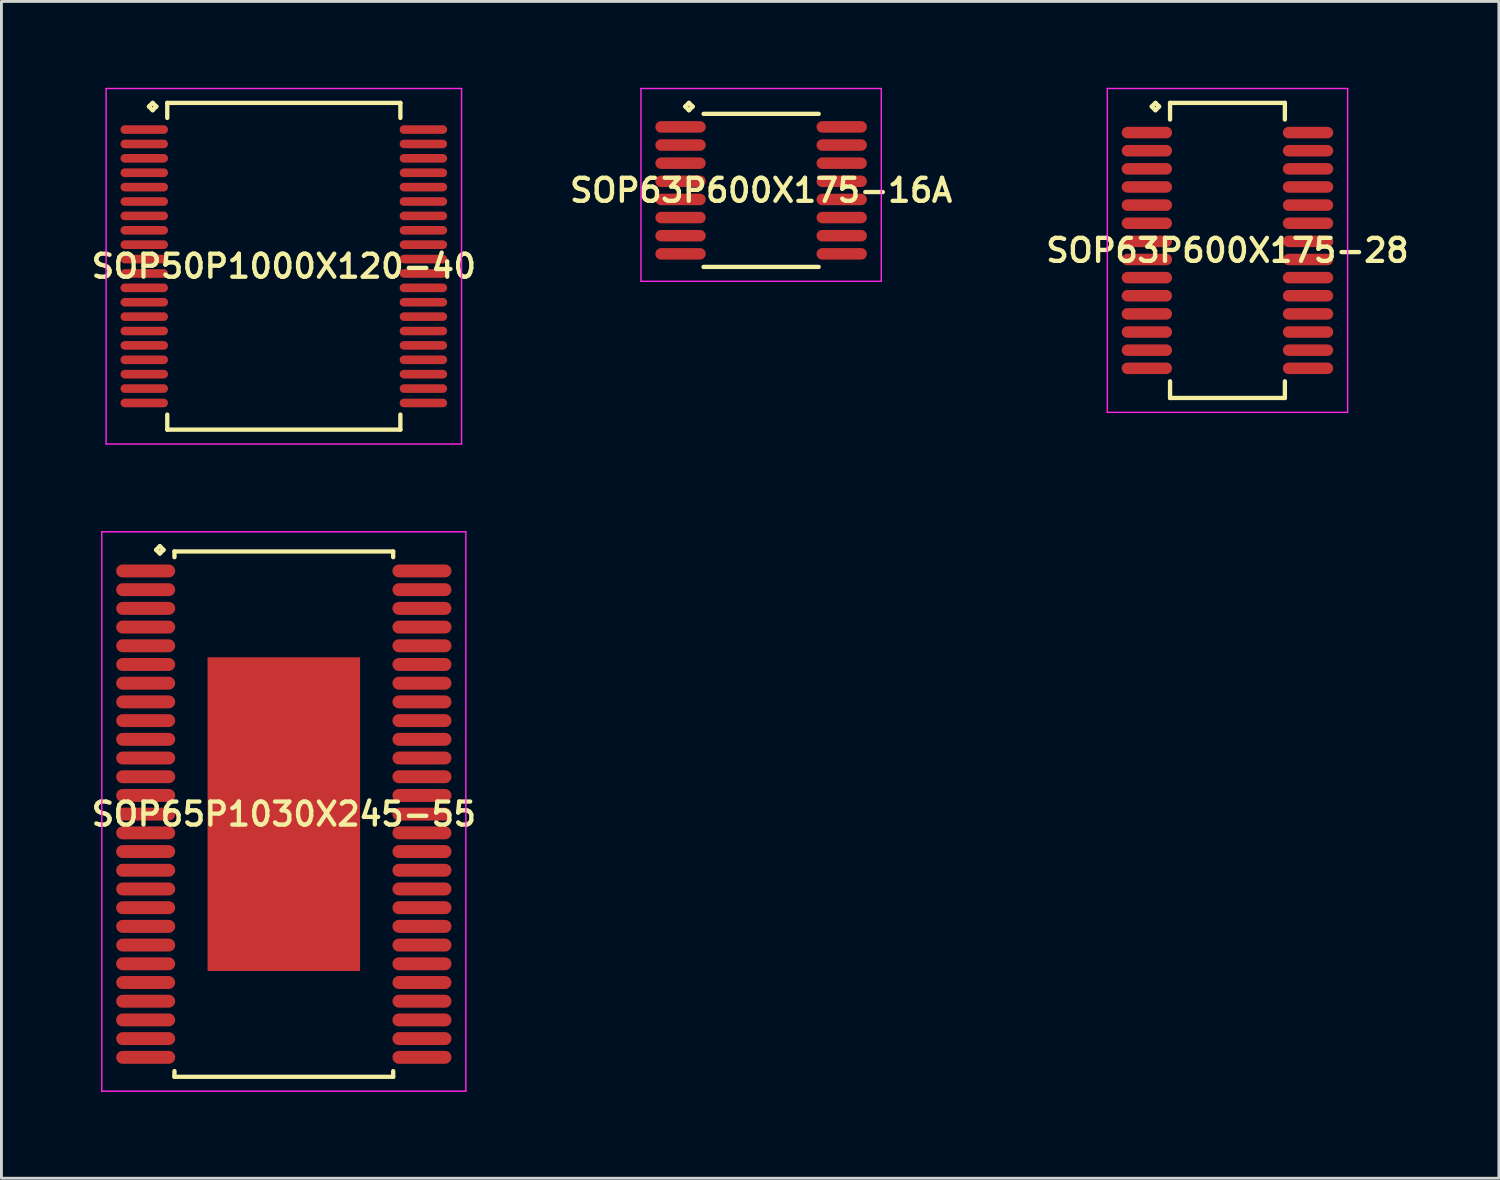
<source format=kicad_pcb>
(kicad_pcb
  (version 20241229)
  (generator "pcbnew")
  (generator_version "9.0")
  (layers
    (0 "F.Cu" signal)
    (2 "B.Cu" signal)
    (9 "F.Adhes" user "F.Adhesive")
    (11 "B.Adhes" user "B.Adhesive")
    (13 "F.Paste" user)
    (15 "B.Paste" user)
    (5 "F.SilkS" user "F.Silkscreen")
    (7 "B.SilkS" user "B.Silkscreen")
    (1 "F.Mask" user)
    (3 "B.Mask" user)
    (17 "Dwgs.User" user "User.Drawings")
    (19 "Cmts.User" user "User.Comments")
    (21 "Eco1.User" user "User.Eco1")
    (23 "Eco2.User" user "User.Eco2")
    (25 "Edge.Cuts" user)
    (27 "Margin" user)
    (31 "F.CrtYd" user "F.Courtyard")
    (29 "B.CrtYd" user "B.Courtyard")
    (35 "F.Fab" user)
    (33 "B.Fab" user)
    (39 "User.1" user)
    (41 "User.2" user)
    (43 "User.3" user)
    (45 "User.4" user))
  (footprint "SOP65P1030X245-55"
    (layer "F.Cu")
    (at 6.812 25.239)
    (property "Reference" "SOP65P1030X245-55" (at 0 0 0) (layer "F.SilkS") (effects (font (size 0.8 0.8) (thickness 0.15))))
    (attr smd)
    (fp_line (start -4.435 -9.183) (end -4.308 -9.31) (stroke (width 0.15) (type solid)) (layer "F.SilkS"))
    (fp_line (start -4.308 -9.31) (end -4.181 -9.183) (stroke (width 0.15) (type solid)) (layer "F.SilkS"))
    (fp_line (start -4.308 -9.056) (end -4.435 -9.183) (stroke (width 0.15) (type solid)) (layer "F.SilkS"))
    (fp_line (start -4.181 -9.183) (end -4.308 -9.056) (stroke (width 0.15) (type solid)) (layer "F.SilkS"))
    (fp_line (start -3.8 -9.127) (end 3.8 -9.127) (stroke (width 0.15) (type solid)) (layer "F.SilkS"))
    (fp_line (start -3.8 -8.929) (end -3.8 -9.127) (stroke (width 0.15) (type solid)) (layer "F.SilkS"))
    (fp_line (start -3.8 8.929) (end -3.8 9.127) (stroke (width 0.15) (type solid)) (layer "F.SilkS"))
    (fp_line (start -3.8 9.127) (end 3.8 9.127) (stroke (width 0.15) (type solid)) (layer "F.SilkS"))
    (fp_line (start 3.8 -9.127) (end 3.8 -8.929) (stroke (width 0.15) (type solid)) (layer "F.SilkS"))
    (fp_line (start 3.8 9.127) (end 3.8 8.929) (stroke (width 0.15) (type solid)) (layer "F.SilkS"))
    (fp_line (start -6.325 -9.81) (end 6.325 -9.81) (stroke (width 0.05) (type solid)) (layer "F.CrtYd"))
    (fp_line (start -6.325 9.627) (end -6.325 -9.81) (stroke (width 0.05) (type solid)) (layer "F.CrtYd"))
    (fp_line (start 6.325 -9.81) (end 6.325 9.627) (stroke (width 0.05) (type solid)) (layer "F.CrtYd"))
    (fp_line (start 6.325 9.627) (end -6.325 9.627) (stroke (width 0.05) (type solid)) (layer "F.CrtYd"))
    (pad "1" smd oval (at -4.8 -8.45) (size 2.05 0.45) (layers "F.Cu" "F.Mask" "F.Paste"))
    (pad "2" smd oval (at -4.8 -7.8) (size 2.05 0.45) (layers "F.Cu" "F.Mask" "F.Paste"))
    (pad "3" smd oval (at -4.8 -7.15) (size 2.05 0.45) (layers "F.Cu" "F.Mask" "F.Paste"))
    (pad "4" smd oval (at -4.8 -6.5) (size 2.05 0.45) (layers "F.Cu" "F.Mask" "F.Paste"))
    (pad "5" smd oval (at -4.8 -5.85) (size 2.05 0.45) (layers "F.Cu" "F.Mask" "F.Paste"))
    (pad "6" smd oval (at -4.8 -5.2) (size 2.05 0.45) (layers "F.Cu" "F.Mask" "F.Paste"))
    (pad "7" smd oval (at -4.8 -4.55) (size 2.05 0.45) (layers "F.Cu" "F.Mask" "F.Paste"))
    (pad "8" smd oval (at -4.8 -3.9) (size 2.05 0.45) (layers "F.Cu" "F.Mask" "F.Paste"))
    (pad "9" smd oval (at -4.8 -3.25) (size 2.05 0.45) (layers "F.Cu" "F.Mask" "F.Paste"))
    (pad "10" smd oval (at -4.8 -2.6) (size 2.05 0.45) (layers "F.Cu" "F.Mask" "F.Paste"))
    (pad "11" smd oval (at -4.8 -1.95) (size 2.05 0.45) (layers "F.Cu" "F.Mask" "F.Paste"))
    (pad "12" smd oval (at -4.8 -1.3) (size 2.05 0.45) (layers "F.Cu" "F.Mask" "F.Paste"))
    (pad "13" smd oval (at -4.8 -0.65) (size 2.05 0.45) (layers "F.Cu" "F.Mask" "F.Paste"))
    (pad "14" smd oval (at -4.8 0) (size 2.05 0.45) (layers "F.Cu" "F.Mask" "F.Paste"))
    (pad "15" smd oval (at -4.8 0.65) (size 2.05 0.45) (layers "F.Cu" "F.Mask" "F.Paste"))
    (pad "16" smd oval (at -4.8 1.3) (size 2.05 0.45) (layers "F.Cu" "F.Mask" "F.Paste"))
    (pad "17" smd oval (at -4.8 1.95) (size 2.05 0.45) (layers "F.Cu" "F.Mask" "F.Paste"))
    (pad "18" smd oval (at -4.8 2.6) (size 2.05 0.45) (layers "F.Cu" "F.Mask" "F.Paste"))
    (pad "19" smd oval (at -4.8 3.25) (size 2.05 0.45) (layers "F.Cu" "F.Mask" "F.Paste"))
    (pad "20" smd oval (at -4.8 3.9) (size 2.05 0.45) (layers "F.Cu" "F.Mask" "F.Paste"))
    (pad "21" smd oval (at -4.8 4.55) (size 2.05 0.45) (layers "F.Cu" "F.Mask" "F.Paste"))
    (pad "22" smd oval (at -4.8 5.2) (size 2.05 0.45) (layers "F.Cu" "F.Mask" "F.Paste"))
    (pad "23" smd oval (at -4.8 5.85) (size 2.05 0.45) (layers "F.Cu" "F.Mask" "F.Paste"))
    (pad "24" smd oval (at -4.8 6.5) (size 2.05 0.45) (layers "F.Cu" "F.Mask" "F.Paste"))
    (pad "25" smd oval (at -4.8 7.15) (size 2.05 0.45) (layers "F.Cu" "F.Mask" "F.Paste"))
    (pad "26" smd oval (at -4.8 7.8) (size 2.05 0.45) (layers "F.Cu" "F.Mask" "F.Paste"))
    (pad "27" smd oval (at -4.8 8.45) (size 2.05 0.45) (layers "F.Cu" "F.Mask" "F.Paste"))
    (pad "28" smd oval (at 4.8 8.45) (size 2.05 0.45) (layers "F.Cu" "F.Mask" "F.Paste"))
    (pad "29" smd oval (at 4.8 7.8) (size 2.05 0.45) (layers "F.Cu" "F.Mask" "F.Paste"))
    (pad "30" smd oval (at 4.8 7.15) (size 2.05 0.45) (layers "F.Cu" "F.Mask" "F.Paste"))
    (pad "31" smd oval (at 4.8 6.5) (size 2.05 0.45) (layers "F.Cu" "F.Mask" "F.Paste"))
    (pad "32" smd oval (at 4.8 5.85) (size 2.05 0.45) (layers "F.Cu" "F.Mask" "F.Paste"))
    (pad "33" smd oval (at 4.8 5.2) (size 2.05 0.45) (layers "F.Cu" "F.Mask" "F.Paste"))
    (pad "34" smd oval (at 4.8 4.55) (size 2.05 0.45) (layers "F.Cu" "F.Mask" "F.Paste"))
    (pad "35" smd oval (at 4.8 3.9) (size 2.05 0.45) (layers "F.Cu" "F.Mask" "F.Paste"))
    (pad "36" smd oval (at 4.8 3.25) (size 2.05 0.45) (layers "F.Cu" "F.Mask" "F.Paste"))
    (pad "37" smd oval (at 4.8 2.6) (size 2.05 0.45) (layers "F.Cu" "F.Mask" "F.Paste"))
    (pad "38" smd oval (at 4.8 1.95) (size 2.05 0.45) (layers "F.Cu" "F.Mask" "F.Paste"))
    (pad "39" smd oval (at 4.8 1.3) (size 2.05 0.45) (layers "F.Cu" "F.Mask" "F.Paste"))
    (pad "40" smd oval (at 4.8 0.65) (size 2.05 0.45) (layers "F.Cu" "F.Mask" "F.Paste"))
    (pad "41" smd oval (at 4.8 0) (size 2.05 0.45) (layers "F.Cu" "F.Mask" "F.Paste"))
    (pad "42" smd oval (at 4.8 -0.65) (size 2.05 0.45) (layers "F.Cu" "F.Mask" "F.Paste"))
    (pad "43" smd oval (at 4.8 -1.3) (size 2.05 0.45) (layers "F.Cu" "F.Mask" "F.Paste"))
    (pad "44" smd oval (at 4.8 -1.95) (size 2.05 0.45) (layers "F.Cu" "F.Mask" "F.Paste"))
    (pad "45" smd oval (at 4.8 -2.6) (size 2.05 0.45) (layers "F.Cu" "F.Mask" "F.Paste"))
    (pad "46" smd oval (at 4.8 -3.25) (size 2.05 0.45) (layers "F.Cu" "F.Mask" "F.Paste"))
    (pad "47" smd oval (at 4.8 -3.9) (size 2.05 0.45) (layers "F.Cu" "F.Mask" "F.Paste"))
    (pad "48" smd oval (at 4.8 -4.55) (size 2.05 0.45) (layers "F.Cu" "F.Mask" "F.Paste"))
    (pad "49" smd oval (at 4.8 -5.2) (size 2.05 0.45) (layers "F.Cu" "F.Mask" "F.Paste"))
    (pad "50" smd oval (at 4.8 -5.85) (size 2.05 0.45) (layers "F.Cu" "F.Mask" "F.Paste"))
    (pad "51" smd oval (at 4.8 -6.5) (size 2.05 0.45) (layers "F.Cu" "F.Mask" "F.Paste"))
    (pad "52" smd oval (at 4.8 -7.15) (size 2.05 0.45) (layers "F.Cu" "F.Mask" "F.Paste"))
    (pad "53" smd oval (at 4.8 -7.8) (size 2.05 0.45) (layers "F.Cu" "F.Mask" "F.Paste"))
    (pad "54" smd oval (at 4.8 -8.45) (size 2.05 0.45) (layers "F.Cu" "F.Mask" "F.Paste"))
    (pad "55" smd rect (at 0 0) (size 5.3 10.9) (layers "F.Cu" "F.Mask" "F.Paste")))
  (footprint "SOP63P600X175-16A"
    (layer "F.Cu")
    (at 23.397 3.565)
    (property "Reference" "SOP63P600X175-16A" (at 0 0 0) (layer "F.SilkS") (effects (font (size 0.8 0.8) (thickness 0.15))))
    (attr smd)
    (fp_line (start -2.635 -2.913) (end -2.508 -3.04) (stroke (width 0.15) (type solid)) (layer "F.SilkS"))
    (fp_line (start -2.508 -3.04) (end -2.381 -2.913) (stroke (width 0.15) (type solid)) (layer "F.SilkS"))
    (fp_line (start -2.508 -2.786) (end -2.635 -2.913) (stroke (width 0.15) (type solid)) (layer "F.SilkS"))
    (fp_line (start -2.381 -2.913) (end -2.508 -2.786) (stroke (width 0.15) (type solid)) (layer "F.SilkS"))
    (fp_line (start -2 -2.659) (end 2 -2.659) (stroke (width 0.15) (type solid)) (layer "F.SilkS"))
    (fp_line (start -2 2.659) (end 2 2.659) (stroke (width 0.15) (type solid)) (layer "F.SilkS"))
    (fp_line (start -4.175 -3.54) (end 4.175 -3.54) (stroke (width 0.05) (type solid)) (layer "F.CrtYd"))
    (fp_line (start -4.175 3.159) (end -4.175 -3.54) (stroke (width 0.05) (type solid)) (layer "F.CrtYd"))
    (fp_line (start 4.175 -3.54) (end 4.175 3.159) (stroke (width 0.05) (type solid)) (layer "F.CrtYd"))
    (fp_line (start 4.175 3.159) (end -4.175 3.159) (stroke (width 0.05) (type solid)) (layer "F.CrtYd"))
    (pad "1" smd oval (at -2.8 -2.205) (size 1.75 0.4) (layers "F.Cu" "F.Mask" "F.Paste"))
    (pad "2" smd oval (at -2.8 -1.575) (size 1.75 0.4) (layers "F.Cu" "F.Mask" "F.Paste"))
    (pad "3" smd oval (at -2.8 -0.945) (size 1.75 0.4) (layers "F.Cu" "F.Mask" "F.Paste"))
    (pad "4" smd oval (at -2.8 -0.315) (size 1.75 0.4) (layers "F.Cu" "F.Mask" "F.Paste"))
    (pad "5" smd oval (at -2.8 0.315) (size 1.75 0.4) (layers "F.Cu" "F.Mask" "F.Paste"))
    (pad "6" smd oval (at -2.8 0.945) (size 1.75 0.4) (layers "F.Cu" "F.Mask" "F.Paste"))
    (pad "7" smd oval (at -2.8 1.575) (size 1.75 0.4) (layers "F.Cu" "F.Mask" "F.Paste"))
    (pad "8" smd oval (at -2.8 2.205) (size 1.75 0.4) (layers "F.Cu" "F.Mask" "F.Paste"))
    (pad "9" smd oval (at 2.8 2.205) (size 1.75 0.4) (layers "F.Cu" "F.Mask" "F.Paste"))
    (pad "10" smd oval (at 2.8 1.575) (size 1.75 0.4) (layers "F.Cu" "F.Mask" "F.Paste"))
    (pad "11" smd oval (at 2.8 0.945) (size 1.75 0.4) (layers "F.Cu" "F.Mask" "F.Paste"))
    (pad "12" smd oval (at 2.8 0.315) (size 1.75 0.4) (layers "F.Cu" "F.Mask" "F.Paste"))
    (pad "13" smd oval (at 2.8 -0.315) (size 1.75 0.4) (layers "F.Cu" "F.Mask" "F.Paste"))
    (pad "14" smd oval (at 2.8 -0.945) (size 1.75 0.4) (layers "F.Cu" "F.Mask" "F.Paste"))
    (pad "15" smd oval (at 2.8 -1.575) (size 1.75 0.4) (layers "F.Cu" "F.Mask" "F.Paste"))
    (pad "16" smd oval (at 2.8 -2.205) (size 1.75 0.4) (layers "F.Cu" "F.Mask" "F.Paste")))
  (footprint "SOP63P600X175-28"
    (layer "F.Cu")
    (at 39.601 5.652)
    (property "Reference" "SOP63P600X175-28" (at 0 0 0) (layer "F.SilkS") (effects (font (size 0.8 0.8) (thickness 0.15))))
    (attr smd)
    (fp_line (start -2.63 -5) (end -2.503 -5.127) (stroke (width 0.15) (type solid)) (layer "F.SilkS"))
    (fp_line (start -2.503 -5.127) (end -2.376 -5) (stroke (width 0.15) (type solid)) (layer "F.SilkS"))
    (fp_line (start -2.503 -4.873) (end -2.63 -5) (stroke (width 0.15) (type solid)) (layer "F.SilkS"))
    (fp_line (start -2.376 -5) (end -2.503 -4.873) (stroke (width 0.15) (type solid)) (layer "F.SilkS"))
    (fp_line (start -1.995 -5.127) (end 1.995 -5.127) (stroke (width 0.15) (type solid)) (layer "F.SilkS"))
    (fp_line (start -1.995 -4.549) (end -1.995 -5.127) (stroke (width 0.15) (type solid)) (layer "F.SilkS"))
    (fp_line (start -1.995 4.549) (end -1.995 5.127) (stroke (width 0.15) (type solid)) (layer "F.SilkS"))
    (fp_line (start -1.995 5.127) (end 1.995 5.127) (stroke (width 0.15) (type solid)) (layer "F.SilkS"))
    (fp_line (start 1.995 -5.127) (end 1.995 -4.549) (stroke (width 0.15) (type solid)) (layer "F.SilkS"))
    (fp_line (start 1.995 5.127) (end 1.995 4.549) (stroke (width 0.15) (type solid)) (layer "F.SilkS"))
    (fp_line (start -4.175 -5.627) (end 4.175 -5.627) (stroke (width 0.05) (type solid)) (layer "F.CrtYd"))
    (fp_line (start -4.175 5.627) (end -4.175 -5.627) (stroke (width 0.05) (type solid)) (layer "F.CrtYd"))
    (fp_line (start 4.175 -5.627) (end 4.175 5.627) (stroke (width 0.05) (type solid)) (layer "F.CrtYd"))
    (fp_line (start 4.175 5.627) (end -4.175 5.627) (stroke (width 0.05) (type solid)) (layer "F.CrtYd"))
    (pad "1" smd oval (at -2.8 -4.095) (size 1.75 0.4) (layers "F.Cu" "F.Mask" "F.Paste"))
    (pad "2" smd oval (at -2.8 -3.465) (size 1.75 0.4) (layers "F.Cu" "F.Mask" "F.Paste"))
    (pad "3" smd oval (at -2.8 -2.835) (size 1.75 0.4) (layers "F.Cu" "F.Mask" "F.Paste"))
    (pad "4" smd oval (at -2.8 -2.205) (size 1.75 0.4) (layers "F.Cu" "F.Mask" "F.Paste"))
    (pad "5" smd oval (at -2.8 -1.575) (size 1.75 0.4) (layers "F.Cu" "F.Mask" "F.Paste"))
    (pad "6" smd oval (at -2.8 -0.945) (size 1.75 0.4) (layers "F.Cu" "F.Mask" "F.Paste"))
    (pad "7" smd oval (at -2.8 -0.315) (size 1.75 0.4) (layers "F.Cu" "F.Mask" "F.Paste"))
    (pad "8" smd oval (at -2.8 0.315) (size 1.75 0.4) (layers "F.Cu" "F.Mask" "F.Paste"))
    (pad "9" smd oval (at -2.8 0.945) (size 1.75 0.4) (layers "F.Cu" "F.Mask" "F.Paste"))
    (pad "10" smd oval (at -2.8 1.575) (size 1.75 0.4) (layers "F.Cu" "F.Mask" "F.Paste"))
    (pad "11" smd oval (at -2.8 2.205) (size 1.75 0.4) (layers "F.Cu" "F.Mask" "F.Paste"))
    (pad "12" smd oval (at -2.8 2.835) (size 1.75 0.4) (layers "F.Cu" "F.Mask" "F.Paste"))
    (pad "13" smd oval (at -2.8 3.465) (size 1.75 0.4) (layers "F.Cu" "F.Mask" "F.Paste"))
    (pad "14" smd oval (at -2.8 4.095) (size 1.75 0.4) (layers "F.Cu" "F.Mask" "F.Paste"))
    (pad "15" smd oval (at 2.8 4.095) (size 1.75 0.4) (layers "F.Cu" "F.Mask" "F.Paste"))
    (pad "16" smd oval (at 2.8 3.465) (size 1.75 0.4) (layers "F.Cu" "F.Mask" "F.Paste"))
    (pad "17" smd oval (at 2.8 2.835) (size 1.75 0.4) (layers "F.Cu" "F.Mask" "F.Paste"))
    (pad "18" smd oval (at 2.8 2.205) (size 1.75 0.4) (layers "F.Cu" "F.Mask" "F.Paste"))
    (pad "19" smd oval (at 2.8 1.575) (size 1.75 0.4) (layers "F.Cu" "F.Mask" "F.Paste"))
    (pad "20" smd oval (at 2.8 0.945) (size 1.75 0.4) (layers "F.Cu" "F.Mask" "F.Paste"))
    (pad "21" smd oval (at 2.8 0.315) (size 1.75 0.4) (layers "F.Cu" "F.Mask" "F.Paste"))
    (pad "22" smd oval (at 2.8 -0.315) (size 1.75 0.4) (layers "F.Cu" "F.Mask" "F.Paste"))
    (pad "23" smd oval (at 2.8 -0.945) (size 1.75 0.4) (layers "F.Cu" "F.Mask" "F.Paste"))
    (pad "24" smd oval (at 2.8 -1.575) (size 1.75 0.4) (layers "F.Cu" "F.Mask" "F.Paste"))
    (pad "25" smd oval (at 2.8 -2.205) (size 1.75 0.4) (layers "F.Cu" "F.Mask" "F.Paste"))
    (pad "26" smd oval (at 2.8 -2.835) (size 1.75 0.4) (layers "F.Cu" "F.Mask" "F.Paste"))
    (pad "27" smd oval (at 2.8 -3.465) (size 1.75 0.4) (layers "F.Cu" "F.Mask" "F.Paste"))
    (pad "28" smd oval (at 2.8 -4.095) (size 1.75 0.4) (layers "F.Cu" "F.Mask" "F.Paste")))
  (footprint "SOP50P1000X120-40"
    (layer "F.Cu")
    (at 6.812 6.202)
    (property "Reference" "SOP50P1000X120-40" (at 0 0 0) (layer "F.SilkS") (effects (font (size 0.8 0.8) (thickness 0.15))))
    (attr smd)
    (fp_line (start -4.685 -5.55) (end -4.558 -5.677) (stroke (width 0.15) (type solid)) (layer "F.SilkS"))
    (fp_line (start -4.558 -5.677) (end -4.431 -5.55) (stroke (width 0.15) (type solid)) (layer "F.SilkS"))
    (fp_line (start -4.558 -5.423) (end -4.685 -5.55) (stroke (width 0.15) (type solid)) (layer "F.SilkS"))
    (fp_line (start -4.431 -5.55) (end -4.558 -5.423) (stroke (width 0.15) (type solid)) (layer "F.SilkS"))
    (fp_line (start -4.05 -5.677) (end 4.05 -5.677) (stroke (width 0.15) (type solid)) (layer "F.SilkS"))
    (fp_line (start -4.05 -5.154) (end -4.05 -5.677) (stroke (width 0.15) (type solid)) (layer "F.SilkS"))
    (fp_line (start -4.05 5.154) (end -4.05 5.677) (stroke (width 0.15) (type solid)) (layer "F.SilkS"))
    (fp_line (start -4.05 5.677) (end 4.05 5.677) (stroke (width 0.15) (type solid)) (layer "F.SilkS"))
    (fp_line (start 4.05 -5.677) (end 4.05 -5.154) (stroke (width 0.15) (type solid)) (layer "F.SilkS"))
    (fp_line (start 4.05 5.677) (end 4.05 5.154) (stroke (width 0.15) (type solid)) (layer "F.SilkS"))
    (fp_line (start -6.175 -6.177) (end 6.175 -6.177) (stroke (width 0.05) (type solid)) (layer "F.CrtYd"))
    (fp_line (start -6.175 6.177) (end -6.175 -6.177) (stroke (width 0.05) (type solid)) (layer "F.CrtYd"))
    (fp_line (start 6.175 -6.177) (end 6.175 6.177) (stroke (width 0.05) (type solid)) (layer "F.CrtYd"))
    (fp_line (start 6.175 6.177) (end -6.175 6.177) (stroke (width 0.05) (type solid)) (layer "F.CrtYd"))
    (pad "1" smd oval (at -4.85 -4.75) (size 1.65 0.3) (layers "F.Cu" "F.Mask" "F.Paste"))
    (pad "2" smd oval (at -4.85 -4.25) (size 1.65 0.3) (layers "F.Cu" "F.Mask" "F.Paste"))
    (pad "3" smd oval (at -4.85 -3.75) (size 1.65 0.3) (layers "F.Cu" "F.Mask" "F.Paste"))
    (pad "4" smd oval (at -4.85 -3.25) (size 1.65 0.3) (layers "F.Cu" "F.Mask" "F.Paste"))
    (pad "5" smd oval (at -4.85 -2.75) (size 1.65 0.3) (layers "F.Cu" "F.Mask" "F.Paste"))
    (pad "6" smd oval (at -4.85 -2.25) (size 1.65 0.3) (layers "F.Cu" "F.Mask" "F.Paste"))
    (pad "7" smd oval (at -4.85 -1.75) (size 1.65 0.3) (layers "F.Cu" "F.Mask" "F.Paste"))
    (pad "8" smd oval (at -4.85 -1.25) (size 1.65 0.3) (layers "F.Cu" "F.Mask" "F.Paste"))
    (pad "9" smd oval (at -4.85 -0.75) (size 1.65 0.3) (layers "F.Cu" "F.Mask" "F.Paste"))
    (pad "10" smd oval (at -4.85 -0.25) (size 1.65 0.3) (layers "F.Cu" "F.Mask" "F.Paste"))
    (pad "11" smd oval (at -4.85 0.25) (size 1.65 0.3) (layers "F.Cu" "F.Mask" "F.Paste"))
    (pad "12" smd oval (at -4.85 0.75) (size 1.65 0.3) (layers "F.Cu" "F.Mask" "F.Paste"))
    (pad "13" smd oval (at -4.85 1.25) (size 1.65 0.3) (layers "F.Cu" "F.Mask" "F.Paste"))
    (pad "14" smd oval (at -4.85 1.75) (size 1.65 0.3) (layers "F.Cu" "F.Mask" "F.Paste"))
    (pad "15" smd oval (at -4.85 2.25) (size 1.65 0.3) (layers "F.Cu" "F.Mask" "F.Paste"))
    (pad "16" smd oval (at -4.85 2.75) (size 1.65 0.3) (layers "F.Cu" "F.Mask" "F.Paste"))
    (pad "17" smd oval (at -4.85 3.25) (size 1.65 0.3) (layers "F.Cu" "F.Mask" "F.Paste"))
    (pad "18" smd oval (at -4.85 3.75) (size 1.65 0.3) (layers "F.Cu" "F.Mask" "F.Paste"))
    (pad "19" smd oval (at -4.85 4.25) (size 1.65 0.3) (layers "F.Cu" "F.Mask" "F.Paste"))
    (pad "20" smd oval (at -4.85 4.75) (size 1.65 0.3) (layers "F.Cu" "F.Mask" "F.Paste"))
    (pad "21" smd oval (at 4.85 4.75) (size 1.65 0.3) (layers "F.Cu" "F.Mask" "F.Paste"))
    (pad "22" smd oval (at 4.85 4.25) (size 1.65 0.3) (layers "F.Cu" "F.Mask" "F.Paste"))
    (pad "23" smd oval (at 4.85 3.75) (size 1.65 0.3) (layers "F.Cu" "F.Mask" "F.Paste"))
    (pad "24" smd oval (at 4.85 3.25) (size 1.65 0.3) (layers "F.Cu" "F.Mask" "F.Paste"))
    (pad "25" smd oval (at 4.85 2.75) (size 1.65 0.3) (layers "F.Cu" "F.Mask" "F.Paste"))
    (pad "26" smd oval (at 4.85 2.25) (size 1.65 0.3) (layers "F.Cu" "F.Mask" "F.Paste"))
    (pad "27" smd oval (at 4.85 1.75) (size 1.65 0.3) (layers "F.Cu" "F.Mask" "F.Paste"))
    (pad "28" smd oval (at 4.85 1.25) (size 1.65 0.3) (layers "F.Cu" "F.Mask" "F.Paste"))
    (pad "29" smd oval (at 4.85 0.75) (size 1.65 0.3) (layers "F.Cu" "F.Mask" "F.Paste"))
    (pad "30" smd oval (at 4.85 0.25) (size 1.65 0.3) (layers "F.Cu" "F.Mask" "F.Paste"))
    (pad "31" smd oval (at 4.85 -0.25) (size 1.65 0.3) (layers "F.Cu" "F.Mask" "F.Paste"))
    (pad "32" smd oval (at 4.85 -0.75) (size 1.65 0.3) (layers "F.Cu" "F.Mask" "F.Paste"))
    (pad "33" smd oval (at 4.85 -1.25) (size 1.65 0.3) (layers "F.Cu" "F.Mask" "F.Paste"))
    (pad "34" smd oval (at 4.85 -1.75) (size 1.65 0.3) (layers "F.Cu" "F.Mask" "F.Paste"))
    (pad "35" smd oval (at 4.85 -2.25) (size 1.65 0.3) (layers "F.Cu" "F.Mask" "F.Paste"))
    (pad "36" smd oval (at 4.85 -2.75) (size 1.65 0.3) (layers "F.Cu" "F.Mask" "F.Paste"))
    (pad "37" smd oval (at 4.85 -3.25) (size 1.65 0.3) (layers "F.Cu" "F.Mask" "F.Paste"))
    (pad "38" smd oval (at 4.85 -3.75) (size 1.65 0.3) (layers "F.Cu" "F.Mask" "F.Paste"))
    (pad "39" smd oval (at 4.85 -4.25) (size 1.65 0.3) (layers "F.Cu" "F.Mask" "F.Paste"))
    (pad "40" smd oval (at 4.85 -4.75) (size 1.65 0.3) (layers "F.Cu" "F.Mask" "F.Paste")))
  (gr_rect
    (start -3 -3)
    (end 49.032 37.891)
    (stroke (width 0.1) (type default))
    (fill no)
    (layer "Edge.Cuts")))
</source>
